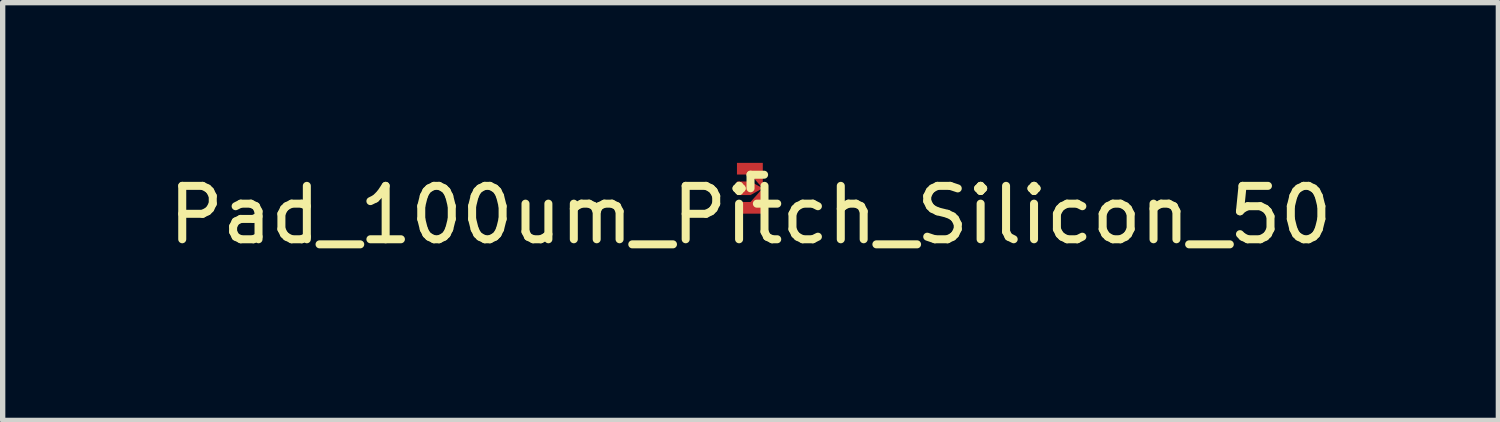
<source format=kicad_pcb>
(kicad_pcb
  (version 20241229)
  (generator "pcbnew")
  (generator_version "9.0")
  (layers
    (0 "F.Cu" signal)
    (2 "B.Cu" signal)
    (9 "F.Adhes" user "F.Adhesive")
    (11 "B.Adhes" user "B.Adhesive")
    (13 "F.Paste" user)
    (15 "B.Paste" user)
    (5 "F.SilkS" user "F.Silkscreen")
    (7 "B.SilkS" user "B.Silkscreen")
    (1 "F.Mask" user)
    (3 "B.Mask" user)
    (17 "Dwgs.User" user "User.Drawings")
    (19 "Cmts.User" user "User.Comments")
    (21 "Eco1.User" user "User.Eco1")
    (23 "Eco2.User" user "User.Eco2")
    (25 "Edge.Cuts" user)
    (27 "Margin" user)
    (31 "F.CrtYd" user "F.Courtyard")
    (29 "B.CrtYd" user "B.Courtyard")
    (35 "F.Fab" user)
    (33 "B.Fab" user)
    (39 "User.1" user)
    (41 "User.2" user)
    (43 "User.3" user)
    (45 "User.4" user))
  (footprint "Pad_100um_Pitch_Silicon_50"
    (layer "F.Cu")
    (at 11.006 0.476)
    (property "Reference" "Pad_100um_Pitch_Silicon_50" (at 0 0.5 0) (layer "F.SilkS") (effects (font (size 1 1) (thickness 0.15))))
    (attr through_hole)
    (fp_line (start 0 -0.254) (end 0.254 -0.254) (stroke (width 0.15) (type solid)) (layer "F.SilkS"))
    (fp_line (start 0 0) (end 0 -0.254) (stroke (width 0.15) (type solid)) (layer "F.SilkS"))
    (pad "1" smd custom (at 0 0) (size 0.03 0.03) (layers "F.Cu" "F.Mask" "F.Paste") (options (anchor rect)) (primitives (gr_poly (pts (xy -0.254 0.127) (xy 0 0.127) (xy 0.2 0.015) (xy 0.2 -0.015) (xy 0 -0.127) (xy -0.254 -0.127)) (width 0) (fill yes))))
    (pad "2" smd rect (at 0.215 0) (size 0.03 0.03) (layers "F.Cu" "F.Mask" "F.Paste"))
    (pad "3" smd custom (at 0 -0.384) (size 0.03 0.03) (layers "F.Cu" "F.Mask" "F.Paste") (options (anchor rect)) (primitives (gr_poly (pts (xy -0.254 0.127) (xy 0 0.127) (xy 0.2 0.352) (xy 0.23 0.352) (xy 0.23 -0.092) (xy -0.254 -0.092)) (width 0) (fill yes))))
    (pad "4" smd custom (at 0 0.384) (size 0.03 0.03) (layers "F.Cu" "F.Mask" "F.Paste") (options (anchor rect)) (primitives (gr_poly (pts (xy -0.254 -0.127) (xy 0 -0.127) (xy 0.2 -0.352) (xy 0.23 -0.352) (xy 0.23 0.092) (xy -0.254 0.092)) (width 0) (fill yes)))))
  (gr_rect
    (start -3 -3)
    (end 25.012 4.824)
    (stroke (width 0.1) (type default))
    (fill no)
    (layer "Edge.Cuts")))
</source>
